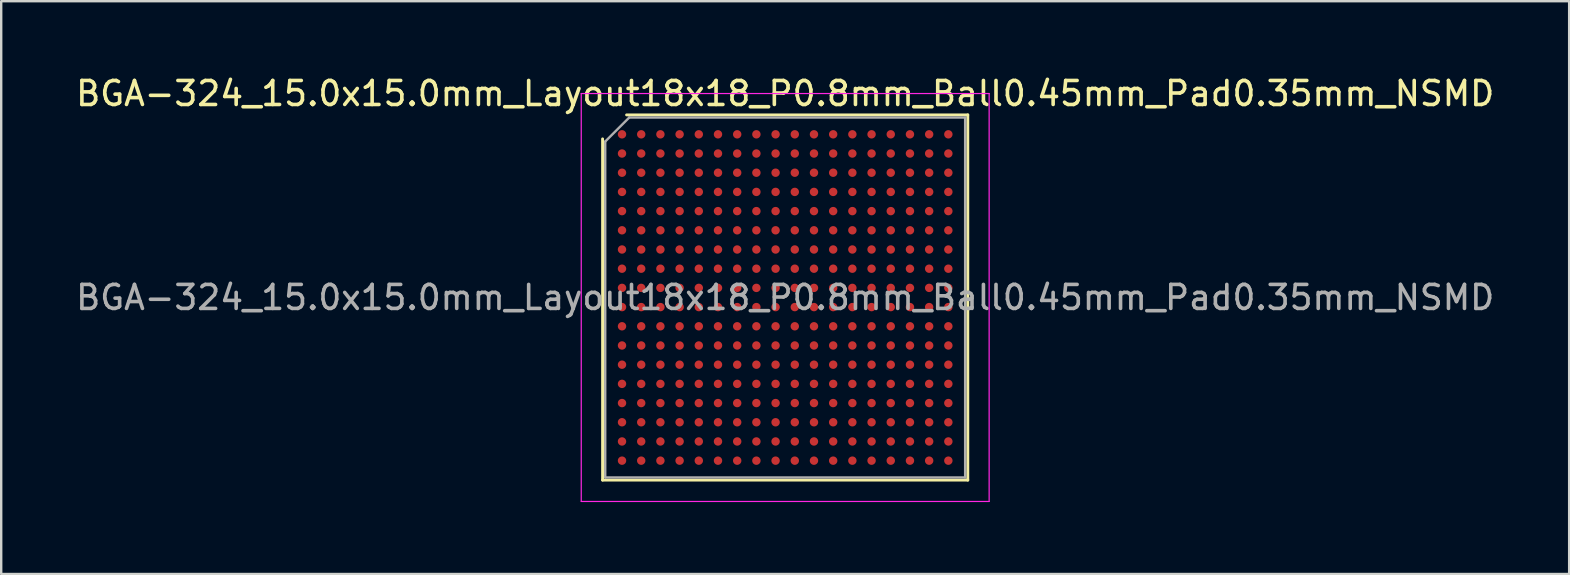
<source format=kicad_pcb>
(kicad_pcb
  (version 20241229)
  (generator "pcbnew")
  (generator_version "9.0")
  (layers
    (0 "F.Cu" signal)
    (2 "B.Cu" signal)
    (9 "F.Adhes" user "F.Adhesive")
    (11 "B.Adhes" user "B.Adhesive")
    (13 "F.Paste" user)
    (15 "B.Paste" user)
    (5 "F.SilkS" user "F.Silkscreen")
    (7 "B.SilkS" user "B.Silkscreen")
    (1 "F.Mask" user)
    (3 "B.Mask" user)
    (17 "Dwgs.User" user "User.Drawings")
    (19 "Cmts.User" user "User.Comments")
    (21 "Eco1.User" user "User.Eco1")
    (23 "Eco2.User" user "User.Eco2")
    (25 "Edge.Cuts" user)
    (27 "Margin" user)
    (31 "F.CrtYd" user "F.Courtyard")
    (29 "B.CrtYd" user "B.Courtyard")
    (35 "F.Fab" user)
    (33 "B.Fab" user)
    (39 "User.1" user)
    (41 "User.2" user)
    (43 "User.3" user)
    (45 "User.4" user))
  (footprint "BGA-324_15.0x15.0mm_Layout18x18_P0.8mm_Ball0.45mm_Pad0.35mm_NSMD"
    (layer "F.Cu")
    (at 29.673 9.348)
    (property "Reference" "BGA-324_15.0x15.0mm_Layout18x18_P0.8mm_Ball0.45mm_Pad0.35mm_NSMD" (at 0 -8.5 0) (layer "F.SilkS") (effects (font (size 1 1) (thickness 0.15))))
    (attr smd)
    (fp_line (start -7.61 7.61) (end -7.61 -6.61) (stroke (width 0.12) (type solid)) (layer "F.SilkS"))
    (fp_line (start -6.61 -7.61) (end 7.61 -7.61) (stroke (width 0.12) (type solid)) (layer "F.SilkS"))
    (fp_line (start 7.61 -7.61) (end 7.61 7.61) (stroke (width 0.12) (type solid)) (layer "F.SilkS"))
    (fp_line (start 7.61 7.61) (end -7.61 7.61) (stroke (width 0.12) (type solid)) (layer "F.SilkS"))
    (fp_line (start -8.5 -8.5) (end -8.5 8.5) (stroke (width 0.05) (type solid)) (layer "F.CrtYd"))
    (fp_line (start -8.5 8.5) (end 8.5 8.5) (stroke (width 0.05) (type solid)) (layer "F.CrtYd"))
    (fp_line (start 8.5 -8.5) (end -8.5 -8.5) (stroke (width 0.05) (type solid)) (layer "F.CrtYd"))
    (fp_line (start 8.5 8.5) (end 8.5 -8.5) (stroke (width 0.05) (type solid)) (layer "F.CrtYd"))
    (fp_line (start -7.5 -6.5) (end -6.5 -7.5) (stroke (width 0.1) (type solid)) (layer "F.Fab"))
    (fp_line (start -7.5 7.5) (end -7.5 -6.5) (stroke (width 0.1) (type solid)) (layer "F.Fab"))
    (fp_line (start -6.5 -7.5) (end 7.5 -7.5) (stroke (width 0.1) (type solid)) (layer "F.Fab"))
    (fp_line (start 7.5 -7.5) (end 7.5 7.5) (stroke (width 0.1) (type solid)) (layer "F.Fab"))
    (fp_line (start 7.5 7.5) (end -7.5 7.5) (stroke (width 0.1) (type solid)) (layer "F.Fab"))
    (fp_text user "${REFERENCE}" (at 0 0 0) (layer "F.Fab") (effects (font (size 1 1) (thickness 0.15))))
    (pad "A1" smd circle (at -6.8 -6.8) (size 0.35 0.35) (layers "F.Cu" "F.Mask" "F.Paste"))
    (pad "A2" smd circle (at -6 -6.8) (size 0.35 0.35) (layers "F.Cu" "F.Mask" "F.Paste"))
    (pad "A3" smd circle (at -5.2 -6.8) (size 0.35 0.35) (layers "F.Cu" "F.Mask" "F.Paste"))
    (pad "A4" smd circle (at -4.4 -6.8) (size 0.35 0.35) (layers "F.Cu" "F.Mask" "F.Paste"))
    (pad "A5" smd circle (at -3.6 -6.8) (size 0.35 0.35) (layers "F.Cu" "F.Mask" "F.Paste"))
    (pad "A6" smd circle (at -2.8 -6.8) (size 0.35 0.35) (layers "F.Cu" "F.Mask" "F.Paste"))
    (pad "A7" smd circle (at -2 -6.8) (size 0.35 0.35) (layers "F.Cu" "F.Mask" "F.Paste"))
    (pad "A8" smd circle (at -1.2 -6.8) (size 0.35 0.35) (layers "F.Cu" "F.Mask" "F.Paste"))
    (pad "A9" smd circle (at -0.4 -6.8) (size 0.35 0.35) (layers "F.Cu" "F.Mask" "F.Paste"))
    (pad "A10" smd circle (at 0.4 -6.8) (size 0.35 0.35) (layers "F.Cu" "F.Mask" "F.Paste"))
    (pad "A11" smd circle (at 1.2 -6.8) (size 0.35 0.35) (layers "F.Cu" "F.Mask" "F.Paste"))
    (pad "A12" smd circle (at 2 -6.8) (size 0.35 0.35) (layers "F.Cu" "F.Mask" "F.Paste"))
    (pad "A13" smd circle (at 2.8 -6.8) (size 0.35 0.35) (layers "F.Cu" "F.Mask" "F.Paste"))
    (pad "A14" smd circle (at 3.6 -6.8) (size 0.35 0.35) (layers "F.Cu" "F.Mask" "F.Paste"))
    (pad "A15" smd circle (at 4.4 -6.8) (size 0.35 0.35) (layers "F.Cu" "F.Mask" "F.Paste"))
    (pad "A16" smd circle (at 5.2 -6.8) (size 0.35 0.35) (layers "F.Cu" "F.Mask" "F.Paste"))
    (pad "A17" smd circle (at 6 -6.8) (size 0.35 0.35) (layers "F.Cu" "F.Mask" "F.Paste"))
    (pad "A18" smd circle (at 6.8 -6.8) (size 0.35 0.35) (layers "F.Cu" "F.Mask" "F.Paste"))
    (pad "B1" smd circle (at -6.8 -6) (size 0.35 0.35) (layers "F.Cu" "F.Mask" "F.Paste"))
    (pad "B2" smd circle (at -6 -6) (size 0.35 0.35) (layers "F.Cu" "F.Mask" "F.Paste"))
    (pad "B3" smd circle (at -5.2 -6) (size 0.35 0.35) (layers "F.Cu" "F.Mask" "F.Paste"))
    (pad "B4" smd circle (at -4.4 -6) (size 0.35 0.35) (layers "F.Cu" "F.Mask" "F.Paste"))
    (pad "B5" smd circle (at -3.6 -6) (size 0.35 0.35) (layers "F.Cu" "F.Mask" "F.Paste"))
    (pad "B6" smd circle (at -2.8 -6) (size 0.35 0.35) (layers "F.Cu" "F.Mask" "F.Paste"))
    (pad "B7" smd circle (at -2 -6) (size 0.35 0.35) (layers "F.Cu" "F.Mask" "F.Paste"))
    (pad "B8" smd circle (at -1.2 -6) (size 0.35 0.35) (layers "F.Cu" "F.Mask" "F.Paste"))
    (pad "B9" smd circle (at -0.4 -6) (size 0.35 0.35) (layers "F.Cu" "F.Mask" "F.Paste"))
    (pad "B10" smd circle (at 0.4 -6) (size 0.35 0.35) (layers "F.Cu" "F.Mask" "F.Paste"))
    (pad "B11" smd circle (at 1.2 -6) (size 0.35 0.35) (layers "F.Cu" "F.Mask" "F.Paste"))
    (pad "B12" smd circle (at 2 -6) (size 0.35 0.35) (layers "F.Cu" "F.Mask" "F.Paste"))
    (pad "B13" smd circle (at 2.8 -6) (size 0.35 0.35) (layers "F.Cu" "F.Mask" "F.Paste"))
    (pad "B14" smd circle (at 3.6 -6) (size 0.35 0.35) (layers "F.Cu" "F.Mask" "F.Paste"))
    (pad "B15" smd circle (at 4.4 -6) (size 0.35 0.35) (layers "F.Cu" "F.Mask" "F.Paste"))
    (pad "B16" smd circle (at 5.2 -6) (size 0.35 0.35) (layers "F.Cu" "F.Mask" "F.Paste"))
    (pad "B17" smd circle (at 6 -6) (size 0.35 0.35) (layers "F.Cu" "F.Mask" "F.Paste"))
    (pad "B18" smd circle (at 6.8 -6) (size 0.35 0.35) (layers "F.Cu" "F.Mask" "F.Paste"))
    (pad "C1" smd circle (at -6.8 -5.2) (size 0.35 0.35) (layers "F.Cu" "F.Mask" "F.Paste"))
    (pad "C2" smd circle (at -6 -5.2) (size 0.35 0.35) (layers "F.Cu" "F.Mask" "F.Paste"))
    (pad "C3" smd circle (at -5.2 -5.2) (size 0.35 0.35) (layers "F.Cu" "F.Mask" "F.Paste"))
    (pad "C4" smd circle (at -4.4 -5.2) (size 0.35 0.35) (layers "F.Cu" "F.Mask" "F.Paste"))
    (pad "C5" smd circle (at -3.6 -5.2) (size 0.35 0.35) (layers "F.Cu" "F.Mask" "F.Paste"))
    (pad "C6" smd circle (at -2.8 -5.2) (size 0.35 0.35) (layers "F.Cu" "F.Mask" "F.Paste"))
    (pad "C7" smd circle (at -2 -5.2) (size 0.35 0.35) (layers "F.Cu" "F.Mask" "F.Paste"))
    (pad "C8" smd circle (at -1.2 -5.2) (size 0.35 0.35) (layers "F.Cu" "F.Mask" "F.Paste"))
    (pad "C9" smd circle (at -0.4 -5.2) (size 0.35 0.35) (layers "F.Cu" "F.Mask" "F.Paste"))
    (pad "C10" smd circle (at 0.4 -5.2) (size 0.35 0.35) (layers "F.Cu" "F.Mask" "F.Paste"))
    (pad "C11" smd circle (at 1.2 -5.2) (size 0.35 0.35) (layers "F.Cu" "F.Mask" "F.Paste"))
    (pad "C12" smd circle (at 2 -5.2) (size 0.35 0.35) (layers "F.Cu" "F.Mask" "F.Paste"))
    (pad "C13" smd circle (at 2.8 -5.2) (size 0.35 0.35) (layers "F.Cu" "F.Mask" "F.Paste"))
    (pad "C14" smd circle (at 3.6 -5.2) (size 0.35 0.35) (layers "F.Cu" "F.Mask" "F.Paste"))
    (pad "C15" smd circle (at 4.4 -5.2) (size 0.35 0.35) (layers "F.Cu" "F.Mask" "F.Paste"))
    (pad "C16" smd circle (at 5.2 -5.2) (size 0.35 0.35) (layers "F.Cu" "F.Mask" "F.Paste"))
    (pad "C17" smd circle (at 6 -5.2) (size 0.35 0.35) (layers "F.Cu" "F.Mask" "F.Paste"))
    (pad "C18" smd circle (at 6.8 -5.2) (size 0.35 0.35) (layers "F.Cu" "F.Mask" "F.Paste"))
    (pad "D1" smd circle (at -6.8 -4.4) (size 0.35 0.35) (layers "F.Cu" "F.Mask" "F.Paste"))
    (pad "D2" smd circle (at -6 -4.4) (size 0.35 0.35) (layers "F.Cu" "F.Mask" "F.Paste"))
    (pad "D3" smd circle (at -5.2 -4.4) (size 0.35 0.35) (layers "F.Cu" "F.Mask" "F.Paste"))
    (pad "D4" smd circle (at -4.4 -4.4) (size 0.35 0.35) (layers "F.Cu" "F.Mask" "F.Paste"))
    (pad "D5" smd circle (at -3.6 -4.4) (size 0.35 0.35) (layers "F.Cu" "F.Mask" "F.Paste"))
    (pad "D6" smd circle (at -2.8 -4.4) (size 0.35 0.35) (layers "F.Cu" "F.Mask" "F.Paste"))
    (pad "D7" smd circle (at -2 -4.4) (size 0.35 0.35) (layers "F.Cu" "F.Mask" "F.Paste"))
    (pad "D8" smd circle (at -1.2 -4.4) (size 0.35 0.35) (layers "F.Cu" "F.Mask" "F.Paste"))
    (pad "D9" smd circle (at -0.4 -4.4) (size 0.35 0.35) (layers "F.Cu" "F.Mask" "F.Paste"))
    (pad "D10" smd circle (at 0.4 -4.4) (size 0.35 0.35) (layers "F.Cu" "F.Mask" "F.Paste"))
    (pad "D11" smd circle (at 1.2 -4.4) (size 0.35 0.35) (layers "F.Cu" "F.Mask" "F.Paste"))
    (pad "D12" smd circle (at 2 -4.4) (size 0.35 0.35) (layers "F.Cu" "F.Mask" "F.Paste"))
    (pad "D13" smd circle (at 2.8 -4.4) (size 0.35 0.35) (layers "F.Cu" "F.Mask" "F.Paste"))
    (pad "D14" smd circle (at 3.6 -4.4) (size 0.35 0.35) (layers "F.Cu" "F.Mask" "F.Paste"))
    (pad "D15" smd circle (at 4.4 -4.4) (size 0.35 0.35) (layers "F.Cu" "F.Mask" "F.Paste"))
    (pad "D16" smd circle (at 5.2 -4.4) (size 0.35 0.35) (layers "F.Cu" "F.Mask" "F.Paste"))
    (pad "D17" smd circle (at 6 -4.4) (size 0.35 0.35) (layers "F.Cu" "F.Mask" "F.Paste"))
    (pad "D18" smd circle (at 6.8 -4.4) (size 0.35 0.35) (layers "F.Cu" "F.Mask" "F.Paste"))
    (pad "E1" smd circle (at -6.8 -3.6) (size 0.35 0.35) (layers "F.Cu" "F.Mask" "F.Paste"))
    (pad "E2" smd circle (at -6 -3.6) (size 0.35 0.35) (layers "F.Cu" "F.Mask" "F.Paste"))
    (pad "E3" smd circle (at -5.2 -3.6) (size 0.35 0.35) (layers "F.Cu" "F.Mask" "F.Paste"))
    (pad "E4" smd circle (at -4.4 -3.6) (size 0.35 0.35) (layers "F.Cu" "F.Mask" "F.Paste"))
    (pad "E5" smd circle (at -3.6 -3.6) (size 0.35 0.35) (layers "F.Cu" "F.Mask" "F.Paste"))
    (pad "E6" smd circle (at -2.8 -3.6) (size 0.35 0.35) (layers "F.Cu" "F.Mask" "F.Paste"))
    (pad "E7" smd circle (at -2 -3.6) (size 0.35 0.35) (layers "F.Cu" "F.Mask" "F.Paste"))
    (pad "E8" smd circle (at -1.2 -3.6) (size 0.35 0.35) (layers "F.Cu" "F.Mask" "F.Paste"))
    (pad "E9" smd circle (at -0.4 -3.6) (size 0.35 0.35) (layers "F.Cu" "F.Mask" "F.Paste"))
    (pad "E10" smd circle (at 0.4 -3.6) (size 0.35 0.35) (layers "F.Cu" "F.Mask" "F.Paste"))
    (pad "E11" smd circle (at 1.2 -3.6) (size 0.35 0.35) (layers "F.Cu" "F.Mask" "F.Paste"))
    (pad "E12" smd circle (at 2 -3.6) (size 0.35 0.35) (layers "F.Cu" "F.Mask" "F.Paste"))
    (pad "E13" smd circle (at 2.8 -3.6) (size 0.35 0.35) (layers "F.Cu" "F.Mask" "F.Paste"))
    (pad "E14" smd circle (at 3.6 -3.6) (size 0.35 0.35) (layers "F.Cu" "F.Mask" "F.Paste"))
    (pad "E15" smd circle (at 4.4 -3.6) (size 0.35 0.35) (layers "F.Cu" "F.Mask" "F.Paste"))
    (pad "E16" smd circle (at 5.2 -3.6) (size 0.35 0.35) (layers "F.Cu" "F.Mask" "F.Paste"))
    (pad "E17" smd circle (at 6 -3.6) (size 0.35 0.35) (layers "F.Cu" "F.Mask" "F.Paste"))
    (pad "E18" smd circle (at 6.8 -3.6) (size 0.35 0.35) (layers "F.Cu" "F.Mask" "F.Paste"))
    (pad "F1" smd circle (at -6.8 -2.8) (size 0.35 0.35) (layers "F.Cu" "F.Mask" "F.Paste"))
    (pad "F2" smd circle (at -6 -2.8) (size 0.35 0.35) (layers "F.Cu" "F.Mask" "F.Paste"))
    (pad "F3" smd circle (at -5.2 -2.8) (size 0.35 0.35) (layers "F.Cu" "F.Mask" "F.Paste"))
    (pad "F4" smd circle (at -4.4 -2.8) (size 0.35 0.35) (layers "F.Cu" "F.Mask" "F.Paste"))
    (pad "F5" smd circle (at -3.6 -2.8) (size 0.35 0.35) (layers "F.Cu" "F.Mask" "F.Paste"))
    (pad "F6" smd circle (at -2.8 -2.8) (size 0.35 0.35) (layers "F.Cu" "F.Mask" "F.Paste"))
    (pad "F7" smd circle (at -2 -2.8) (size 0.35 0.35) (layers "F.Cu" "F.Mask" "F.Paste"))
    (pad "F8" smd circle (at -1.2 -2.8) (size 0.35 0.35) (layers "F.Cu" "F.Mask" "F.Paste"))
    (pad "F9" smd circle (at -0.4 -2.8) (size 0.35 0.35) (layers "F.Cu" "F.Mask" "F.Paste"))
    (pad "F10" smd circle (at 0.4 -2.8) (size 0.35 0.35) (layers "F.Cu" "F.Mask" "F.Paste"))
    (pad "F11" smd circle (at 1.2 -2.8) (size 0.35 0.35) (layers "F.Cu" "F.Mask" "F.Paste"))
    (pad "F12" smd circle (at 2 -2.8) (size 0.35 0.35) (layers "F.Cu" "F.Mask" "F.Paste"))
    (pad "F13" smd circle (at 2.8 -2.8) (size 0.35 0.35) (layers "F.Cu" "F.Mask" "F.Paste"))
    (pad "F14" smd circle (at 3.6 -2.8) (size 0.35 0.35) (layers "F.Cu" "F.Mask" "F.Paste"))
    (pad "F15" smd circle (at 4.4 -2.8) (size 0.35 0.35) (layers "F.Cu" "F.Mask" "F.Paste"))
    (pad "F16" smd circle (at 5.2 -2.8) (size 0.35 0.35) (layers "F.Cu" "F.Mask" "F.Paste"))
    (pad "F17" smd circle (at 6 -2.8) (size 0.35 0.35) (layers "F.Cu" "F.Mask" "F.Paste"))
    (pad "F18" smd circle (at 6.8 -2.8) (size 0.35 0.35) (layers "F.Cu" "F.Mask" "F.Paste"))
    (pad "G1" smd circle (at -6.8 -2) (size 0.35 0.35) (layers "F.Cu" "F.Mask" "F.Paste"))
    (pad "G2" smd circle (at -6 -2) (size 0.35 0.35) (layers "F.Cu" "F.Mask" "F.Paste"))
    (pad "G3" smd circle (at -5.2 -2) (size 0.35 0.35) (layers "F.Cu" "F.Mask" "F.Paste"))
    (pad "G4" smd circle (at -4.4 -2) (size 0.35 0.35) (layers "F.Cu" "F.Mask" "F.Paste"))
    (pad "G5" smd circle (at -3.6 -2) (size 0.35 0.35) (layers "F.Cu" "F.Mask" "F.Paste"))
    (pad "G6" smd circle (at -2.8 -2) (size 0.35 0.35) (layers "F.Cu" "F.Mask" "F.Paste"))
    (pad "G7" smd circle (at -2 -2) (size 0.35 0.35) (layers "F.Cu" "F.Mask" "F.Paste"))
    (pad "G8" smd circle (at -1.2 -2) (size 0.35 0.35) (layers "F.Cu" "F.Mask" "F.Paste"))
    (pad "G9" smd circle (at -0.4 -2) (size 0.35 0.35) (layers "F.Cu" "F.Mask" "F.Paste"))
    (pad "G10" smd circle (at 0.4 -2) (size 0.35 0.35) (layers "F.Cu" "F.Mask" "F.Paste"))
    (pad "G11" smd circle (at 1.2 -2) (size 0.35 0.35) (layers "F.Cu" "F.Mask" "F.Paste"))
    (pad "G12" smd circle (at 2 -2) (size 0.35 0.35) (layers "F.Cu" "F.Mask" "F.Paste"))
    (pad "G13" smd circle (at 2.8 -2) (size 0.35 0.35) (layers "F.Cu" "F.Mask" "F.Paste"))
    (pad "G14" smd circle (at 3.6 -2) (size 0.35 0.35) (layers "F.Cu" "F.Mask" "F.Paste"))
    (pad "G15" smd circle (at 4.4 -2) (size 0.35 0.35) (layers "F.Cu" "F.Mask" "F.Paste"))
    (pad "G16" smd circle (at 5.2 -2) (size 0.35 0.35) (layers "F.Cu" "F.Mask" "F.Paste"))
    (pad "G17" smd circle (at 6 -2) (size 0.35 0.35) (layers "F.Cu" "F.Mask" "F.Paste"))
    (pad "G18" smd circle (at 6.8 -2) (size 0.35 0.35) (layers "F.Cu" "F.Mask" "F.Paste"))
    (pad "H1" smd circle (at -6.8 -1.2) (size 0.35 0.35) (layers "F.Cu" "F.Mask" "F.Paste"))
    (pad "H2" smd circle (at -6 -1.2) (size 0.35 0.35) (layers "F.Cu" "F.Mask" "F.Paste"))
    (pad "H3" smd circle (at -5.2 -1.2) (size 0.35 0.35) (layers "F.Cu" "F.Mask" "F.Paste"))
    (pad "H4" smd circle (at -4.4 -1.2) (size 0.35 0.35) (layers "F.Cu" "F.Mask" "F.Paste"))
    (pad "H5" smd circle (at -3.6 -1.2) (size 0.35 0.35) (layers "F.Cu" "F.Mask" "F.Paste"))
    (pad "H6" smd circle (at -2.8 -1.2) (size 0.35 0.35) (layers "F.Cu" "F.Mask" "F.Paste"))
    (pad "H7" smd circle (at -2 -1.2) (size 0.35 0.35) (layers "F.Cu" "F.Mask" "F.Paste"))
    (pad "H8" smd circle (at -1.2 -1.2) (size 0.35 0.35) (layers "F.Cu" "F.Mask" "F.Paste"))
    (pad "H9" smd circle (at -0.4 -1.2) (size 0.35 0.35) (layers "F.Cu" "F.Mask" "F.Paste"))
    (pad "H10" smd circle (at 0.4 -1.2) (size 0.35 0.35) (layers "F.Cu" "F.Mask" "F.Paste"))
    (pad "H11" smd circle (at 1.2 -1.2) (size 0.35 0.35) (layers "F.Cu" "F.Mask" "F.Paste"))
    (pad "H12" smd circle (at 2 -1.2) (size 0.35 0.35) (layers "F.Cu" "F.Mask" "F.Paste"))
    (pad "H13" smd circle (at 2.8 -1.2) (size 0.35 0.35) (layers "F.Cu" "F.Mask" "F.Paste"))
    (pad "H14" smd circle (at 3.6 -1.2) (size 0.35 0.35) (layers "F.Cu" "F.Mask" "F.Paste"))
    (pad "H15" smd circle (at 4.4 -1.2) (size 0.35 0.35) (layers "F.Cu" "F.Mask" "F.Paste"))
    (pad "H16" smd circle (at 5.2 -1.2) (size 0.35 0.35) (layers "F.Cu" "F.Mask" "F.Paste"))
    (pad "H17" smd circle (at 6 -1.2) (size 0.35 0.35) (layers "F.Cu" "F.Mask" "F.Paste"))
    (pad "H18" smd circle (at 6.8 -1.2) (size 0.35 0.35) (layers "F.Cu" "F.Mask" "F.Paste"))
    (pad "J1" smd circle (at -6.8 -0.4) (size 0.35 0.35) (layers "F.Cu" "F.Mask" "F.Paste"))
    (pad "J2" smd circle (at -6 -0.4) (size 0.35 0.35) (layers "F.Cu" "F.Mask" "F.Paste"))
    (pad "J3" smd circle (at -5.2 -0.4) (size 0.35 0.35) (layers "F.Cu" "F.Mask" "F.Paste"))
    (pad "J4" smd circle (at -4.4 -0.4) (size 0.35 0.35) (layers "F.Cu" "F.Mask" "F.Paste"))
    (pad "J5" smd circle (at -3.6 -0.4) (size 0.35 0.35) (layers "F.Cu" "F.Mask" "F.Paste"))
    (pad "J6" smd circle (at -2.8 -0.4) (size 0.35 0.35) (layers "F.Cu" "F.Mask" "F.Paste"))
    (pad "J7" smd circle (at -2 -0.4) (size 0.35 0.35) (layers "F.Cu" "F.Mask" "F.Paste"))
    (pad "J8" smd circle (at -1.2 -0.4) (size 0.35 0.35) (layers "F.Cu" "F.Mask" "F.Paste"))
    (pad "J9" smd circle (at -0.4 -0.4) (size 0.35 0.35) (layers "F.Cu" "F.Mask" "F.Paste"))
    (pad "J10" smd circle (at 0.4 -0.4) (size 0.35 0.35) (layers "F.Cu" "F.Mask" "F.Paste"))
    (pad "J11" smd circle (at 1.2 -0.4) (size 0.35 0.35) (layers "F.Cu" "F.Mask" "F.Paste"))
    (pad "J12" smd circle (at 2 -0.4) (size 0.35 0.35) (layers "F.Cu" "F.Mask" "F.Paste"))
    (pad "J13" smd circle (at 2.8 -0.4) (size 0.35 0.35) (layers "F.Cu" "F.Mask" "F.Paste"))
    (pad "J14" smd circle (at 3.6 -0.4) (size 0.35 0.35) (layers "F.Cu" "F.Mask" "F.Paste"))
    (pad "J15" smd circle (at 4.4 -0.4) (size 0.35 0.35) (layers "F.Cu" "F.Mask" "F.Paste"))
    (pad "J16" smd circle (at 5.2 -0.4) (size 0.35 0.35) (layers "F.Cu" "F.Mask" "F.Paste"))
    (pad "J17" smd circle (at 6 -0.4) (size 0.35 0.35) (layers "F.Cu" "F.Mask" "F.Paste"))
    (pad "J18" smd circle (at 6.8 -0.4) (size 0.35 0.35) (layers "F.Cu" "F.Mask" "F.Paste"))
    (pad "K1" smd circle (at -6.8 0.4) (size 0.35 0.35) (layers "F.Cu" "F.Mask" "F.Paste"))
    (pad "K2" smd circle (at -6 0.4) (size 0.35 0.35) (layers "F.Cu" "F.Mask" "F.Paste"))
    (pad "K3" smd circle (at -5.2 0.4) (size 0.35 0.35) (layers "F.Cu" "F.Mask" "F.Paste"))
    (pad "K4" smd circle (at -4.4 0.4) (size 0.35 0.35) (layers "F.Cu" "F.Mask" "F.Paste"))
    (pad "K5" smd circle (at -3.6 0.4) (size 0.35 0.35) (layers "F.Cu" "F.Mask" "F.Paste"))
    (pad "K6" smd circle (at -2.8 0.4) (size 0.35 0.35) (layers "F.Cu" "F.Mask" "F.Paste"))
    (pad "K7" smd circle (at -2 0.4) (size 0.35 0.35) (layers "F.Cu" "F.Mask" "F.Paste"))
    (pad "K8" smd circle (at -1.2 0.4) (size 0.35 0.35) (layers "F.Cu" "F.Mask" "F.Paste"))
    (pad "K9" smd circle (at -0.4 0.4) (size 0.35 0.35) (layers "F.Cu" "F.Mask" "F.Paste"))
    (pad "K10" smd circle (at 0.4 0.4) (size 0.35 0.35) (layers "F.Cu" "F.Mask" "F.Paste"))
    (pad "K11" smd circle (at 1.2 0.4) (size 0.35 0.35) (layers "F.Cu" "F.Mask" "F.Paste"))
    (pad "K12" smd circle (at 2 0.4) (size 0.35 0.35) (layers "F.Cu" "F.Mask" "F.Paste"))
    (pad "K13" smd circle (at 2.8 0.4) (size 0.35 0.35) (layers "F.Cu" "F.Mask" "F.Paste"))
    (pad "K14" smd circle (at 3.6 0.4) (size 0.35 0.35) (layers "F.Cu" "F.Mask" "F.Paste"))
    (pad "K15" smd circle (at 4.4 0.4) (size 0.35 0.35) (layers "F.Cu" "F.Mask" "F.Paste"))
    (pad "K16" smd circle (at 5.2 0.4) (size 0.35 0.35) (layers "F.Cu" "F.Mask" "F.Paste"))
    (pad "K17" smd circle (at 6 0.4) (size 0.35 0.35) (layers "F.Cu" "F.Mask" "F.Paste"))
    (pad "K18" smd circle (at 6.8 0.4) (size 0.35 0.35) (layers "F.Cu" "F.Mask" "F.Paste"))
    (pad "L1" smd circle (at -6.8 1.2) (size 0.35 0.35) (layers "F.Cu" "F.Mask" "F.Paste"))
    (pad "L2" smd circle (at -6 1.2) (size 0.35 0.35) (layers "F.Cu" "F.Mask" "F.Paste"))
    (pad "L3" smd circle (at -5.2 1.2) (size 0.35 0.35) (layers "F.Cu" "F.Mask" "F.Paste"))
    (pad "L4" smd circle (at -4.4 1.2) (size 0.35 0.35) (layers "F.Cu" "F.Mask" "F.Paste"))
    (pad "L5" smd circle (at -3.6 1.2) (size 0.35 0.35) (layers "F.Cu" "F.Mask" "F.Paste"))
    (pad "L6" smd circle (at -2.8 1.2) (size 0.35 0.35) (layers "F.Cu" "F.Mask" "F.Paste"))
    (pad "L7" smd circle (at -2 1.2) (size 0.35 0.35) (layers "F.Cu" "F.Mask" "F.Paste"))
    (pad "L8" smd circle (at -1.2 1.2) (size 0.35 0.35) (layers "F.Cu" "F.Mask" "F.Paste"))
    (pad "L9" smd circle (at -0.4 1.2) (size 0.35 0.35) (layers "F.Cu" "F.Mask" "F.Paste"))
    (pad "L10" smd circle (at 0.4 1.2) (size 0.35 0.35) (layers "F.Cu" "F.Mask" "F.Paste"))
    (pad "L11" smd circle (at 1.2 1.2) (size 0.35 0.35) (layers "F.Cu" "F.Mask" "F.Paste"))
    (pad "L12" smd circle (at 2 1.2) (size 0.35 0.35) (layers "F.Cu" "F.Mask" "F.Paste"))
    (pad "L13" smd circle (at 2.8 1.2) (size 0.35 0.35) (layers "F.Cu" "F.Mask" "F.Paste"))
    (pad "L14" smd circle (at 3.6 1.2) (size 0.35 0.35) (layers "F.Cu" "F.Mask" "F.Paste"))
    (pad "L15" smd circle (at 4.4 1.2) (size 0.35 0.35) (layers "F.Cu" "F.Mask" "F.Paste"))
    (pad "L16" smd circle (at 5.2 1.2) (size 0.35 0.35) (layers "F.Cu" "F.Mask" "F.Paste"))
    (pad "L17" smd circle (at 6 1.2) (size 0.35 0.35) (layers "F.Cu" "F.Mask" "F.Paste"))
    (pad "L18" smd circle (at 6.8 1.2) (size 0.35 0.35) (layers "F.Cu" "F.Mask" "F.Paste"))
    (pad "M1" smd circle (at -6.8 2) (size 0.35 0.35) (layers "F.Cu" "F.Mask" "F.Paste"))
    (pad "M2" smd circle (at -6 2) (size 0.35 0.35) (layers "F.Cu" "F.Mask" "F.Paste"))
    (pad "M3" smd circle (at -5.2 2) (size 0.35 0.35) (layers "F.Cu" "F.Mask" "F.Paste"))
    (pad "M4" smd circle (at -4.4 2) (size 0.35 0.35) (layers "F.Cu" "F.Mask" "F.Paste"))
    (pad "M5" smd circle (at -3.6 2) (size 0.35 0.35) (layers "F.Cu" "F.Mask" "F.Paste"))
    (pad "M6" smd circle (at -2.8 2) (size 0.35 0.35) (layers "F.Cu" "F.Mask" "F.Paste"))
    (pad "M7" smd circle (at -2 2) (size 0.35 0.35) (layers "F.Cu" "F.Mask" "F.Paste"))
    (pad "M8" smd circle (at -1.2 2) (size 0.35 0.35) (layers "F.Cu" "F.Mask" "F.Paste"))
    (pad "M9" smd circle (at -0.4 2) (size 0.35 0.35) (layers "F.Cu" "F.Mask" "F.Paste"))
    (pad "M10" smd circle (at 0.4 2) (size 0.35 0.35) (layers "F.Cu" "F.Mask" "F.Paste"))
    (pad "M11" smd circle (at 1.2 2) (size 0.35 0.35) (layers "F.Cu" "F.Mask" "F.Paste"))
    (pad "M12" smd circle (at 2 2) (size 0.35 0.35) (layers "F.Cu" "F.Mask" "F.Paste"))
    (pad "M13" smd circle (at 2.8 2) (size 0.35 0.35) (layers "F.Cu" "F.Mask" "F.Paste"))
    (pad "M14" smd circle (at 3.6 2) (size 0.35 0.35) (layers "F.Cu" "F.Mask" "F.Paste"))
    (pad "M15" smd circle (at 4.4 2) (size 0.35 0.35) (layers "F.Cu" "F.Mask" "F.Paste"))
    (pad "M16" smd circle (at 5.2 2) (size 0.35 0.35) (layers "F.Cu" "F.Mask" "F.Paste"))
    (pad "M17" smd circle (at 6 2) (size 0.35 0.35) (layers "F.Cu" "F.Mask" "F.Paste"))
    (pad "M18" smd circle (at 6.8 2) (size 0.35 0.35) (layers "F.Cu" "F.Mask" "F.Paste"))
    (pad "N1" smd circle (at -6.8 2.8) (size 0.35 0.35) (layers "F.Cu" "F.Mask" "F.Paste"))
    (pad "N2" smd circle (at -6 2.8) (size 0.35 0.35) (layers "F.Cu" "F.Mask" "F.Paste"))
    (pad "N3" smd circle (at -5.2 2.8) (size 0.35 0.35) (layers "F.Cu" "F.Mask" "F.Paste"))
    (pad "N4" smd circle (at -4.4 2.8) (size 0.35 0.35) (layers "F.Cu" "F.Mask" "F.Paste"))
    (pad "N5" smd circle (at -3.6 2.8) (size 0.35 0.35) (layers "F.Cu" "F.Mask" "F.Paste"))
    (pad "N6" smd circle (at -2.8 2.8) (size 0.35 0.35) (layers "F.Cu" "F.Mask" "F.Paste"))
    (pad "N7" smd circle (at -2 2.8) (size 0.35 0.35) (layers "F.Cu" "F.Mask" "F.Paste"))
    (pad "N8" smd circle (at -1.2 2.8) (size 0.35 0.35) (layers "F.Cu" "F.Mask" "F.Paste"))
    (pad "N9" smd circle (at -0.4 2.8) (size 0.35 0.35) (layers "F.Cu" "F.Mask" "F.Paste"))
    (pad "N10" smd circle (at 0.4 2.8) (size 0.35 0.35) (layers "F.Cu" "F.Mask" "F.Paste"))
    (pad "N11" smd circle (at 1.2 2.8) (size 0.35 0.35) (layers "F.Cu" "F.Mask" "F.Paste"))
    (pad "N12" smd circle (at 2 2.8) (size 0.35 0.35) (layers "F.Cu" "F.Mask" "F.Paste"))
    (pad "N13" smd circle (at 2.8 2.8) (size 0.35 0.35) (layers "F.Cu" "F.Mask" "F.Paste"))
    (pad "N14" smd circle (at 3.6 2.8) (size 0.35 0.35) (layers "F.Cu" "F.Mask" "F.Paste"))
    (pad "N15" smd circle (at 4.4 2.8) (size 0.35 0.35) (layers "F.Cu" "F.Mask" "F.Paste"))
    (pad "N16" smd circle (at 5.2 2.8) (size 0.35 0.35) (layers "F.Cu" "F.Mask" "F.Paste"))
    (pad "N17" smd circle (at 6 2.8) (size 0.35 0.35) (layers "F.Cu" "F.Mask" "F.Paste"))
    (pad "N18" smd circle (at 6.8 2.8) (size 0.35 0.35) (layers "F.Cu" "F.Mask" "F.Paste"))
    (pad "P1" smd circle (at -6.8 3.6) (size 0.35 0.35) (layers "F.Cu" "F.Mask" "F.Paste"))
    (pad "P2" smd circle (at -6 3.6) (size 0.35 0.35) (layers "F.Cu" "F.Mask" "F.Paste"))
    (pad "P3" smd circle (at -5.2 3.6) (size 0.35 0.35) (layers "F.Cu" "F.Mask" "F.Paste"))
    (pad "P4" smd circle (at -4.4 3.6) (size 0.35 0.35) (layers "F.Cu" "F.Mask" "F.Paste"))
    (pad "P5" smd circle (at -3.6 3.6) (size 0.35 0.35) (layers "F.Cu" "F.Mask" "F.Paste"))
    (pad "P6" smd circle (at -2.8 3.6) (size 0.35 0.35) (layers "F.Cu" "F.Mask" "F.Paste"))
    (pad "P7" smd circle (at -2 3.6) (size 0.35 0.35) (layers "F.Cu" "F.Mask" "F.Paste"))
    (pad "P8" smd circle (at -1.2 3.6) (size 0.35 0.35) (layers "F.Cu" "F.Mask" "F.Paste"))
    (pad "P9" smd circle (at -0.4 3.6) (size 0.35 0.35) (layers "F.Cu" "F.Mask" "F.Paste"))
    (pad "P10" smd circle (at 0.4 3.6) (size 0.35 0.35) (layers "F.Cu" "F.Mask" "F.Paste"))
    (pad "P11" smd circle (at 1.2 3.6) (size 0.35 0.35) (layers "F.Cu" "F.Mask" "F.Paste"))
    (pad "P12" smd circle (at 2 3.6) (size 0.35 0.35) (layers "F.Cu" "F.Mask" "F.Paste"))
    (pad "P13" smd circle (at 2.8 3.6) (size 0.35 0.35) (layers "F.Cu" "F.Mask" "F.Paste"))
    (pad "P14" smd circle (at 3.6 3.6) (size 0.35 0.35) (layers "F.Cu" "F.Mask" "F.Paste"))
    (pad "P15" smd circle (at 4.4 3.6) (size 0.35 0.35) (layers "F.Cu" "F.Mask" "F.Paste"))
    (pad "P16" smd circle (at 5.2 3.6) (size 0.35 0.35) (layers "F.Cu" "F.Mask" "F.Paste"))
    (pad "P17" smd circle (at 6 3.6) (size 0.35 0.35) (layers "F.Cu" "F.Mask" "F.Paste"))
    (pad "P18" smd circle (at 6.8 3.6) (size 0.35 0.35) (layers "F.Cu" "F.Mask" "F.Paste"))
    (pad "R1" smd circle (at -6.8 4.4) (size 0.35 0.35) (layers "F.Cu" "F.Mask" "F.Paste"))
    (pad "R2" smd circle (at -6 4.4) (size 0.35 0.35) (layers "F.Cu" "F.Mask" "F.Paste"))
    (pad "R3" smd circle (at -5.2 4.4) (size 0.35 0.35) (layers "F.Cu" "F.Mask" "F.Paste"))
    (pad "R4" smd circle (at -4.4 4.4) (size 0.35 0.35) (layers "F.Cu" "F.Mask" "F.Paste"))
    (pad "R5" smd circle (at -3.6 4.4) (size 0.35 0.35) (layers "F.Cu" "F.Mask" "F.Paste"))
    (pad "R6" smd circle (at -2.8 4.4) (size 0.35 0.35) (layers "F.Cu" "F.Mask" "F.Paste"))
    (pad "R7" smd circle (at -2 4.4) (size 0.35 0.35) (layers "F.Cu" "F.Mask" "F.Paste"))
    (pad "R8" smd circle (at -1.2 4.4) (size 0.35 0.35) (layers "F.Cu" "F.Mask" "F.Paste"))
    (pad "R9" smd circle (at -0.4 4.4) (size 0.35 0.35) (layers "F.Cu" "F.Mask" "F.Paste"))
    (pad "R10" smd circle (at 0.4 4.4) (size 0.35 0.35) (layers "F.Cu" "F.Mask" "F.Paste"))
    (pad "R11" smd circle (at 1.2 4.4) (size 0.35 0.35) (layers "F.Cu" "F.Mask" "F.Paste"))
    (pad "R12" smd circle (at 2 4.4) (size 0.35 0.35) (layers "F.Cu" "F.Mask" "F.Paste"))
    (pad "R13" smd circle (at 2.8 4.4) (size 0.35 0.35) (layers "F.Cu" "F.Mask" "F.Paste"))
    (pad "R14" smd circle (at 3.6 4.4) (size 0.35 0.35) (layers "F.Cu" "F.Mask" "F.Paste"))
    (pad "R15" smd circle (at 4.4 4.4) (size 0.35 0.35) (layers "F.Cu" "F.Mask" "F.Paste"))
    (pad "R16" smd circle (at 5.2 4.4) (size 0.35 0.35) (layers "F.Cu" "F.Mask" "F.Paste"))
    (pad "R17" smd circle (at 6 4.4) (size 0.35 0.35) (layers "F.Cu" "F.Mask" "F.Paste"))
    (pad "R18" smd circle (at 6.8 4.4) (size 0.35 0.35) (layers "F.Cu" "F.Mask" "F.Paste"))
    (pad "T1" smd circle (at -6.8 5.2) (size 0.35 0.35) (layers "F.Cu" "F.Mask" "F.Paste"))
    (pad "T2" smd circle (at -6 5.2) (size 0.35 0.35) (layers "F.Cu" "F.Mask" "F.Paste"))
    (pad "T3" smd circle (at -5.2 5.2) (size 0.35 0.35) (layers "F.Cu" "F.Mask" "F.Paste"))
    (pad "T4" smd circle (at -4.4 5.2) (size 0.35 0.35) (layers "F.Cu" "F.Mask" "F.Paste"))
    (pad "T5" smd circle (at -3.6 5.2) (size 0.35 0.35) (layers "F.Cu" "F.Mask" "F.Paste"))
    (pad "T6" smd circle (at -2.8 5.2) (size 0.35 0.35) (layers "F.Cu" "F.Mask" "F.Paste"))
    (pad "T7" smd circle (at -2 5.2) (size 0.35 0.35) (layers "F.Cu" "F.Mask" "F.Paste"))
    (pad "T8" smd circle (at -1.2 5.2) (size 0.35 0.35) (layers "F.Cu" "F.Mask" "F.Paste"))
    (pad "T9" smd circle (at -0.4 5.2) (size 0.35 0.35) (layers "F.Cu" "F.Mask" "F.Paste"))
    (pad "T10" smd circle (at 0.4 5.2) (size 0.35 0.35) (layers "F.Cu" "F.Mask" "F.Paste"))
    (pad "T11" smd circle (at 1.2 5.2) (size 0.35 0.35) (layers "F.Cu" "F.Mask" "F.Paste"))
    (pad "T12" smd circle (at 2 5.2) (size 0.35 0.35) (layers "F.Cu" "F.Mask" "F.Paste"))
    (pad "T13" smd circle (at 2.8 5.2) (size 0.35 0.35) (layers "F.Cu" "F.Mask" "F.Paste"))
    (pad "T14" smd circle (at 3.6 5.2) (size 0.35 0.35) (layers "F.Cu" "F.Mask" "F.Paste"))
    (pad "T15" smd circle (at 4.4 5.2) (size 0.35 0.35) (layers "F.Cu" "F.Mask" "F.Paste"))
    (pad "T16" smd circle (at 5.2 5.2) (size 0.35 0.35) (layers "F.Cu" "F.Mask" "F.Paste"))
    (pad "T17" smd circle (at 6 5.2) (size 0.35 0.35) (layers "F.Cu" "F.Mask" "F.Paste"))
    (pad "T18" smd circle (at 6.8 5.2) (size 0.35 0.35) (layers "F.Cu" "F.Mask" "F.Paste"))
    (pad "U1" smd circle (at -6.8 6) (size 0.35 0.35) (layers "F.Cu" "F.Mask" "F.Paste"))
    (pad "U2" smd circle (at -6 6) (size 0.35 0.35) (layers "F.Cu" "F.Mask" "F.Paste"))
    (pad "U3" smd circle (at -5.2 6) (size 0.35 0.35) (layers "F.Cu" "F.Mask" "F.Paste"))
    (pad "U4" smd circle (at -4.4 6) (size 0.35 0.35) (layers "F.Cu" "F.Mask" "F.Paste"))
    (pad "U5" smd circle (at -3.6 6) (size 0.35 0.35) (layers "F.Cu" "F.Mask" "F.Paste"))
    (pad "U6" smd circle (at -2.8 6) (size 0.35 0.35) (layers "F.Cu" "F.Mask" "F.Paste"))
    (pad "U7" smd circle (at -2 6) (size 0.35 0.35) (layers "F.Cu" "F.Mask" "F.Paste"))
    (pad "U8" smd circle (at -1.2 6) (size 0.35 0.35) (layers "F.Cu" "F.Mask" "F.Paste"))
    (pad "U9" smd circle (at -0.4 6) (size 0.35 0.35) (layers "F.Cu" "F.Mask" "F.Paste"))
    (pad "U10" smd circle (at 0.4 6) (size 0.35 0.35) (layers "F.Cu" "F.Mask" "F.Paste"))
    (pad "U11" smd circle (at 1.2 6) (size 0.35 0.35) (layers "F.Cu" "F.Mask" "F.Paste"))
    (pad "U12" smd circle (at 2 6) (size 0.35 0.35) (layers "F.Cu" "F.Mask" "F.Paste"))
    (pad "U13" smd circle (at 2.8 6) (size 0.35 0.35) (layers "F.Cu" "F.Mask" "F.Paste"))
    (pad "U14" smd circle (at 3.6 6) (size 0.35 0.35) (layers "F.Cu" "F.Mask" "F.Paste"))
    (pad "U15" smd circle (at 4.4 6) (size 0.35 0.35) (layers "F.Cu" "F.Mask" "F.Paste"))
    (pad "U16" smd circle (at 5.2 6) (size 0.35 0.35) (layers "F.Cu" "F.Mask" "F.Paste"))
    (pad "U17" smd circle (at 6 6) (size 0.35 0.35) (layers "F.Cu" "F.Mask" "F.Paste"))
    (pad "U18" smd circle (at 6.8 6) (size 0.35 0.35) (layers "F.Cu" "F.Mask" "F.Paste"))
    (pad "V1" smd circle (at -6.8 6.8) (size 0.35 0.35) (layers "F.Cu" "F.Mask" "F.Paste"))
    (pad "V2" smd circle (at -6 6.8) (size 0.35 0.35) (layers "F.Cu" "F.Mask" "F.Paste"))
    (pad "V3" smd circle (at -5.2 6.8) (size 0.35 0.35) (layers "F.Cu" "F.Mask" "F.Paste"))
    (pad "V4" smd circle (at -4.4 6.8) (size 0.35 0.35) (layers "F.Cu" "F.Mask" "F.Paste"))
    (pad "V5" smd circle (at -3.6 6.8) (size 0.35 0.35) (layers "F.Cu" "F.Mask" "F.Paste"))
    (pad "V6" smd circle (at -2.8 6.8) (size 0.35 0.35) (layers "F.Cu" "F.Mask" "F.Paste"))
    (pad "V7" smd circle (at -2 6.8) (size 0.35 0.35) (layers "F.Cu" "F.Mask" "F.Paste"))
    (pad "V8" smd circle (at -1.2 6.8) (size 0.35 0.35) (layers "F.Cu" "F.Mask" "F.Paste"))
    (pad "V9" smd circle (at -0.4 6.8) (size 0.35 0.35) (layers "F.Cu" "F.Mask" "F.Paste"))
    (pad "V10" smd circle (at 0.4 6.8) (size 0.35 0.35) (layers "F.Cu" "F.Mask" "F.Paste"))
    (pad "V11" smd circle (at 1.2 6.8) (size 0.35 0.35) (layers "F.Cu" "F.Mask" "F.Paste"))
    (pad "V12" smd circle (at 2 6.8) (size 0.35 0.35) (layers "F.Cu" "F.Mask" "F.Paste"))
    (pad "V13" smd circle (at 2.8 6.8) (size 0.35 0.35) (layers "F.Cu" "F.Mask" "F.Paste"))
    (pad "V14" smd circle (at 3.6 6.8) (size 0.35 0.35) (layers "F.Cu" "F.Mask" "F.Paste"))
    (pad "V15" smd circle (at 4.4 6.8) (size 0.35 0.35) (layers "F.Cu" "F.Mask" "F.Paste"))
    (pad "V16" smd circle (at 5.2 6.8) (size 0.35 0.35) (layers "F.Cu" "F.Mask" "F.Paste"))
    (pad "V17" smd circle (at 6 6.8) (size 0.35 0.35) (layers "F.Cu" "F.Mask" "F.Paste"))
    (pad "V18" smd circle (at 6.8 6.8) (size 0.35 0.35) (layers "F.Cu" "F.Mask" "F.Paste")))
  (gr_rect
    (start -3 -3)
    (end 62.345 20.873)
    (stroke (width 0.1) (type default))
    (fill no)
    (layer "Edge.Cuts")))
</source>
